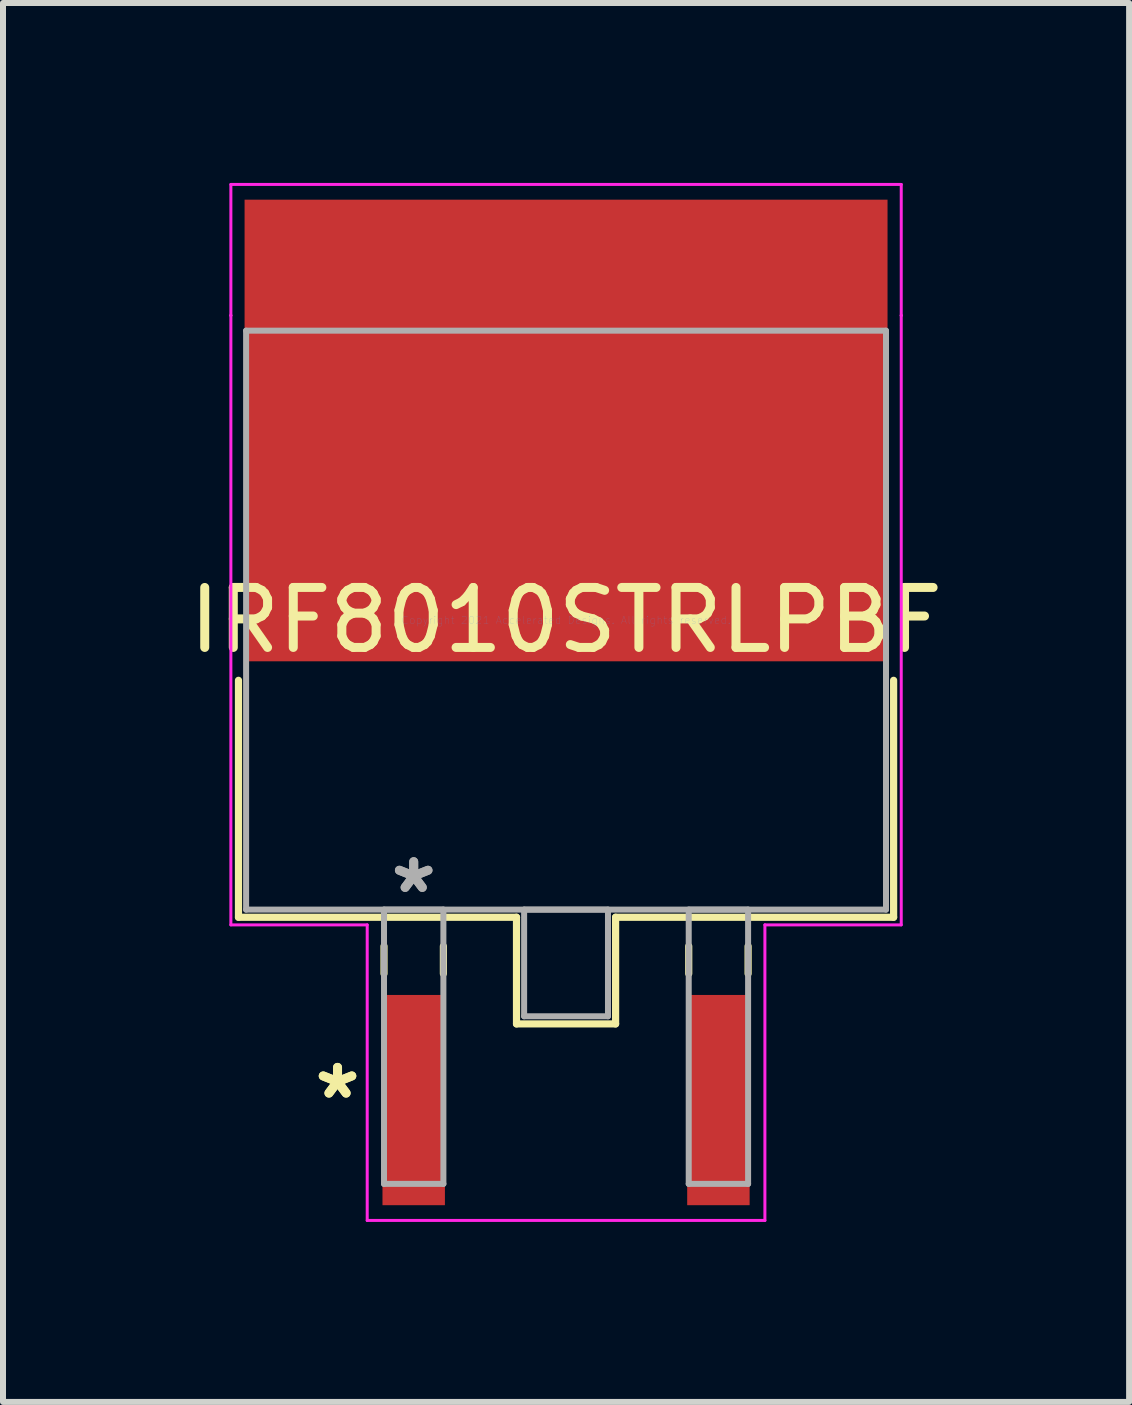
<source format=kicad_pcb>
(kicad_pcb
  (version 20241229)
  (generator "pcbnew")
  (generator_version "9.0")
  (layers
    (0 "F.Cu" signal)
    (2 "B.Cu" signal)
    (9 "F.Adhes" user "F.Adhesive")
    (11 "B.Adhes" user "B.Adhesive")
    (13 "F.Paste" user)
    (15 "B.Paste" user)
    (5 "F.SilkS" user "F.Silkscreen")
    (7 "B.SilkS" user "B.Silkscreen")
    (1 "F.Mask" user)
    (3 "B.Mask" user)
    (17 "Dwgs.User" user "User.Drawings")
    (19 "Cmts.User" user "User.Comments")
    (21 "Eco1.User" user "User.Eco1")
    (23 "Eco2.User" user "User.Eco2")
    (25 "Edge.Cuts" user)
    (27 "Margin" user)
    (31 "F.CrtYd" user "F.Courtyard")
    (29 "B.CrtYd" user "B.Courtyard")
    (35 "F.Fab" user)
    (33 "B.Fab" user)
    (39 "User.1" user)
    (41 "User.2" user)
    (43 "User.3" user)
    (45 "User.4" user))
  (footprint "IRF8010STRLPBF"
    (layer "F.Cu")
    (at 6.387 7.289)
    (property "Reference" "IRF8010STRLPBF" (at 0 0 0) (layer "F.SilkS") (effects (font (size 1 1) (thickness 0.15))))
    (attr through_hole)
    (fp_line (start -5.461 1.003) (end -5.461 4.953) (stroke (width 0.12) (type solid)) (layer "F.SilkS"))
    (fp_line (start -5.461 4.953) (end -0.826 4.953) (stroke (width 0.12) (type solid)) (layer "F.SilkS"))
    (fp_line (start -3.035 5.436) (end -3.035 5.893) (stroke (width 0.12) (type solid)) (layer "F.SilkS"))
    (fp_line (start -2.045 5.436) (end -2.045 5.893) (stroke (width 0.12) (type solid)) (layer "F.SilkS"))
    (fp_line (start -0.826 4.953) (end -0.826 6.731) (stroke (width 0.12) (type solid)) (layer "F.SilkS"))
    (fp_line (start -0.826 6.731) (end 0.826 6.731) (stroke (width 0.12) (type solid)) (layer "F.SilkS"))
    (fp_line (start 0.826 4.953) (end 5.461 4.953) (stroke (width 0.12) (type solid)) (layer "F.SilkS"))
    (fp_line (start 0.826 6.731) (end 0.826 4.953) (stroke (width 0.12) (type solid)) (layer "F.SilkS"))
    (fp_line (start 2.045 5.436) (end 2.045 5.893) (stroke (width 0.12) (type solid)) (layer "F.SilkS"))
    (fp_line (start 3.035 5.436) (end 3.035 5.893) (stroke (width 0.12) (type solid)) (layer "F.SilkS"))
    (fp_line (start 5.461 4.953) (end 5.461 1.003) (stroke (width 0.12) (type solid)) (layer "F.SilkS"))
    (fp_line (start -5.588 -7.264) (end 5.588 -7.264) (stroke (width 0.05) (type solid)) (layer "F.CrtYd"))
    (fp_line (start -5.588 -5.08) (end -5.588 -7.264) (stroke (width 0.05) (type solid)) (layer "F.CrtYd"))
    (fp_line (start -5.588 -5.08) (end -5.588 -5.08) (stroke (width 0.05) (type solid)) (layer "F.CrtYd"))
    (fp_line (start -5.588 5.08) (end -5.588 -5.08) (stroke (width 0.05) (type solid)) (layer "F.CrtYd"))
    (fp_line (start -3.315 5.08) (end -5.588 5.08) (stroke (width 0.05) (type solid)) (layer "F.CrtYd"))
    (fp_line (start -3.315 10.008) (end -3.315 5.08) (stroke (width 0.05) (type solid)) (layer "F.CrtYd"))
    (fp_line (start 3.315 5.08) (end 3.315 10.008) (stroke (width 0.05) (type solid)) (layer "F.CrtYd"))
    (fp_line (start 3.315 10.008) (end -3.315 10.008) (stroke (width 0.05) (type solid)) (layer "F.CrtYd"))
    (fp_line (start 5.588 -7.264) (end 5.588 -5.08) (stroke (width 0.05) (type solid)) (layer "F.CrtYd"))
    (fp_line (start 5.588 -5.08) (end 5.588 -5.08) (stroke (width 0.05) (type solid)) (layer "F.CrtYd"))
    (fp_line (start 5.588 -5.08) (end 5.588 5.08) (stroke (width 0.05) (type solid)) (layer "F.CrtYd"))
    (fp_line (start 5.588 5.08) (end 3.315 5.08) (stroke (width 0.05) (type solid)) (layer "F.CrtYd"))
    (fp_line (start -5.334 -4.826) (end -5.334 4.826) (stroke (width 0.1) (type solid)) (layer "F.Fab"))
    (fp_line (start -5.334 4.826) (end 5.334 4.826) (stroke (width 0.1) (type solid)) (layer "F.Fab"))
    (fp_line (start -3.035 4.826) (end -3.035 9.398) (stroke (width 0.1) (type solid)) (layer "F.Fab"))
    (fp_line (start -3.035 9.398) (end -2.045 9.398) (stroke (width 0.1) (type solid)) (layer "F.Fab"))
    (fp_line (start -2.045 4.826) (end -3.035 4.826) (stroke (width 0.1) (type solid)) (layer "F.Fab"))
    (fp_line (start -2.045 9.398) (end -2.045 4.826) (stroke (width 0.1) (type solid)) (layer "F.Fab"))
    (fp_line (start -0.699 4.826) (end -0.699 6.604) (stroke (width 0.1) (type solid)) (layer "F.Fab"))
    (fp_line (start -0.699 6.604) (end 0.699 6.604) (stroke (width 0.1) (type solid)) (layer "F.Fab"))
    (fp_line (start 0.699 4.826) (end -0.699 4.826) (stroke (width 0.1) (type solid)) (layer "F.Fab"))
    (fp_line (start 0.699 6.604) (end 0.699 4.826) (stroke (width 0.1) (type solid)) (layer "F.Fab"))
    (fp_line (start 2.045 4.826) (end 2.045 9.398) (stroke (width 0.1) (type solid)) (layer "F.Fab"))
    (fp_line (start 2.045 9.398) (end 3.035 9.398) (stroke (width 0.1) (type solid)) (layer "F.Fab"))
    (fp_line (start 3.035 4.826) (end 2.045 4.826) (stroke (width 0.1) (type solid)) (layer "F.Fab"))
    (fp_line (start 3.035 9.398) (end 3.035 4.826) (stroke (width 0.1) (type solid)) (layer "F.Fab"))
    (fp_line (start 5.334 -4.826) (end -5.334 -4.826) (stroke (width 0.1) (type solid)) (layer "F.Fab"))
    (fp_line (start 5.334 4.826) (end 5.334 -4.826) (stroke (width 0.1) (type solid)) (layer "F.Fab"))
    (fp_text user "*" (at -3.81 8.001 0) (layer "F.SilkS") (effects (font (size 1 1) (thickness 0.15))))
    (fp_text user "*" (at -3.81 8.001 0) (layer "F.SilkS") (effects (font (size 1 1) (thickness 0.15))))
    (fp_text user "Copyright 2021 Accelerated Designs. All rights reserved." (at 0 0 0) (layer "Cmts.User") (effects (font (size 0.127 0.127) (thickness 0.002))))
    (fp_text user "*" (at -2.54 4.572 0) (layer "F.Fab") (effects (font (size 1 1) (thickness 0.15))))
    (fp_text user "*" (at -2.54 4.572 0) (layer "F.Fab") (effects (font (size 1 1) (thickness 0.15))))
    (pad "1" smd rect (at -2.54 8.001) (size 1.041 3.505) (layers "F.Cu" "F.Mask" "F.Paste"))
    (pad "2" smd rect (at 2.54 8.001) (size 1.041 3.505) (layers "F.Cu" "F.Mask" "F.Paste"))
    (pad "3" smd rect (at 0 -3.162) (size 10.719 7.696) (layers "F.Cu" "F.Mask" "F.Paste")))
  (gr_rect
    (start -3 -3)
    (end 15.774 20.322)
    (stroke (width 0.1) (type default))
    (fill no)
    (layer "Edge.Cuts")))
</source>
